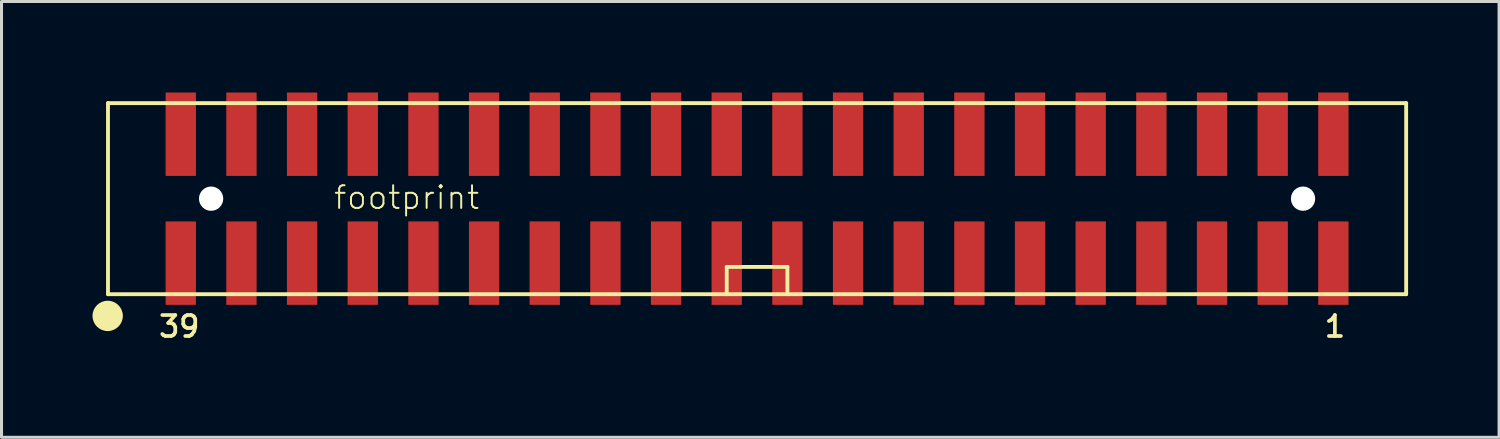
<source format=kicad_pcb>
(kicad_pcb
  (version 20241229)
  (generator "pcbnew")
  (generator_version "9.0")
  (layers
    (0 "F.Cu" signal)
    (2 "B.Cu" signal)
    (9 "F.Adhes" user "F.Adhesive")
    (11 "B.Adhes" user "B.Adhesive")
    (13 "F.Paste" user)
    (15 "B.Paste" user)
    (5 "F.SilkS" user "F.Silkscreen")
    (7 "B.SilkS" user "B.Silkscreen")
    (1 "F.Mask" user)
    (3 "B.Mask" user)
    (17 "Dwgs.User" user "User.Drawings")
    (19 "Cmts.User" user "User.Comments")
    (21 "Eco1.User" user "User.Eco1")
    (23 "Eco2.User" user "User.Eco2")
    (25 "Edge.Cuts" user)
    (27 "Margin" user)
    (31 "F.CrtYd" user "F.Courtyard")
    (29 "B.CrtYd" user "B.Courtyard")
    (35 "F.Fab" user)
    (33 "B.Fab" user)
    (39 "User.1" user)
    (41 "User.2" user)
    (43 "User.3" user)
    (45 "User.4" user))
  (footprint "footprint"
    (layer "F.Cu")
    (at 21.91 3.5)
    (property "Reference" "footprint" (at -14 0.4 0) (layer "F.SilkS") (effects (font (size 0.748 0.748) (thickness 0.065)) (justify left bottom)))
    (fp_line (start -21.4 -3.15) (end 21.4 -3.15) (stroke (width 0.127) (type solid)) (layer "F.SilkS"))
    (fp_line (start -21.4 3.15) (end -21.4 -3.15) (stroke (width 0.127) (type solid)) (layer "F.SilkS"))
    (fp_line (start -1 2.25) (end 1 2.25) (stroke (width 0.127) (type solid)) (layer "F.SilkS"))
    (fp_line (start -1 3.15) (end -1 2.25) (stroke (width 0.127) (type solid)) (layer "F.SilkS"))
    (fp_line (start 1 2.25) (end 1 3.15) (stroke (width 0.127) (type solid)) (layer "F.SilkS"))
    (fp_line (start 21.4 -3.15) (end 21.4 3.15) (stroke (width 0.127) (type solid)) (layer "F.SilkS"))
    (fp_line (start 21.4 3.15) (end -21.4 3.15) (stroke (width 0.127) (type solid)) (layer "F.SilkS"))
    (fp_circle (center -21.41 3.865) (end -21.16 3.865) (stroke (width 0.5) (type solid)) (fill yes) (layer "F.SilkS"))
    (fp_text user "1" (at 19.05 3.81 0) (layer "F.SilkS") (effects (font (size 0.691 0.691) (thickness 0.122)) (justify top)))
    (fp_text user "39" (at -19.05 3.81 0) (layer "F.SilkS") (effects (font (size 0.691 0.691) (thickness 0.122)) (justify top)))
    (pad "" np_thru_hole circle (at -18 0) (size 0.8 0.8) (drill 0.8) (layers "*.Cu" "*.Mask"))
    (pad "" np_thru_hole circle (at 18 0) (size 0.8 0.8) (drill 0.8) (layers "*.Cu" "*.Mask"))
    (pad "1" smd rect (at 19 2.125 180) (size 1 2.75) (layers "F.Cu" "F.Mask" "F.Paste"))
    (pad "2" smd rect (at 19 -2.125 180) (size 1 2.75) (layers "F.Cu" "F.Mask" "F.Paste"))
    (pad "3" smd rect (at 17 2.125 180) (size 1 2.75) (layers "F.Cu" "F.Mask" "F.Paste"))
    (pad "4" smd rect (at 17 -2.125 180) (size 1 2.75) (layers "F.Cu" "F.Mask" "F.Paste"))
    (pad "5" smd rect (at 15 2.125 180) (size 1 2.75) (layers "F.Cu" "F.Mask" "F.Paste"))
    (pad "6" smd rect (at 15 -2.125 180) (size 1 2.75) (layers "F.Cu" "F.Mask" "F.Paste"))
    (pad "7" smd rect (at 13 2.125 180) (size 1 2.75) (layers "F.Cu" "F.Mask" "F.Paste"))
    (pad "8" smd rect (at 13 -2.125 180) (size 1 2.75) (layers "F.Cu" "F.Mask" "F.Paste"))
    (pad "9" smd rect (at 11 2.125 180) (size 1 2.75) (layers "F.Cu" "F.Mask" "F.Paste"))
    (pad "10" smd rect (at 11 -2.125 180) (size 1 2.75) (layers "F.Cu" "F.Mask" "F.Paste"))
    (pad "11" smd rect (at 9 2.125 180) (size 1 2.75) (layers "F.Cu" "F.Mask" "F.Paste"))
    (pad "12" smd rect (at 9 -2.125 180) (size 1 2.75) (layers "F.Cu" "F.Mask" "F.Paste"))
    (pad "13" smd rect (at 7 2.125 180) (size 1 2.75) (layers "F.Cu" "F.Mask" "F.Paste"))
    (pad "14" smd rect (at 7 -2.125 180) (size 1 2.75) (layers "F.Cu" "F.Mask" "F.Paste"))
    (pad "15" smd rect (at 5 2.125 180) (size 1 2.75) (layers "F.Cu" "F.Mask" "F.Paste"))
    (pad "16" smd rect (at 5 -2.125 180) (size 1 2.75) (layers "F.Cu" "F.Mask" "F.Paste"))
    (pad "17" smd rect (at 3 2.125 180) (size 1 2.75) (layers "F.Cu" "F.Mask" "F.Paste"))
    (pad "18" smd rect (at 3 -2.125 180) (size 1 2.75) (layers "F.Cu" "F.Mask" "F.Paste"))
    (pad "19" smd rect (at 1 2.125 180) (size 1 2.75) (layers "F.Cu" "F.Mask" "F.Paste"))
    (pad "20" smd rect (at 1 -2.125 180) (size 1 2.75) (layers "F.Cu" "F.Mask" "F.Paste"))
    (pad "21" smd rect (at -1 2.125 180) (size 1 2.75) (layers "F.Cu" "F.Mask" "F.Paste"))
    (pad "22" smd rect (at -1 -2.125 180) (size 1 2.75) (layers "F.Cu" "F.Mask" "F.Paste"))
    (pad "23" smd rect (at -3 2.125 180) (size 1 2.75) (layers "F.Cu" "F.Mask" "F.Paste"))
    (pad "24" smd rect (at -3 -2.125 180) (size 1 2.75) (layers "F.Cu" "F.Mask" "F.Paste"))
    (pad "25" smd rect (at -5 2.125 180) (size 1 2.75) (layers "F.Cu" "F.Mask" "F.Paste"))
    (pad "26" smd rect (at -5 -2.125 180) (size 1 2.75) (layers "F.Cu" "F.Mask" "F.Paste"))
    (pad "27" smd rect (at -7 2.125 180) (size 1 2.75) (layers "F.Cu" "F.Mask" "F.Paste"))
    (pad "28" smd rect (at -7 -2.125 180) (size 1 2.75) (layers "F.Cu" "F.Mask" "F.Paste"))
    (pad "29" smd rect (at -9 2.125 180) (size 1 2.75) (layers "F.Cu" "F.Mask" "F.Paste"))
    (pad "30" smd rect (at -9 -2.125 180) (size 1 2.75) (layers "F.Cu" "F.Mask" "F.Paste"))
    (pad "31" smd rect (at -11 2.125 180) (size 1 2.75) (layers "F.Cu" "F.Mask" "F.Paste"))
    (pad "32" smd rect (at -11 -2.125 180) (size 1 2.75) (layers "F.Cu" "F.Mask" "F.Paste"))
    (pad "33" smd rect (at -13 2.125 180) (size 1 2.75) (layers "F.Cu" "F.Mask" "F.Paste"))
    (pad "34" smd rect (at -13 -2.125 180) (size 1 2.75) (layers "F.Cu" "F.Mask" "F.Paste"))
    (pad "35" smd rect (at -15 2.125 180) (size 1 2.75) (layers "F.Cu" "F.Mask" "F.Paste"))
    (pad "36" smd rect (at -15 -2.125 180) (size 1 2.75) (layers "F.Cu" "F.Mask" "F.Paste"))
    (pad "37" smd rect (at -17 2.125 180) (size 1 2.75) (layers "F.Cu" "F.Mask" "F.Paste"))
    (pad "38" smd rect (at -17 -2.125 180) (size 1 2.75) (layers "F.Cu" "F.Mask" "F.Paste"))
    (pad "39" smd rect (at -19 2.125 180) (size 1 2.75) (layers "F.Cu" "F.Mask" "F.Paste"))
    (pad "40" smd rect (at -19 -2.125 180) (size 1 2.75) (layers "F.Cu" "F.Mask" "F.Paste")))
  (gr_rect
    (start -3 -3)
    (end 46.373 11.367)
    (stroke (width 0.1) (type default))
    (fill no)
    (layer "Edge.Cuts")))
</source>
